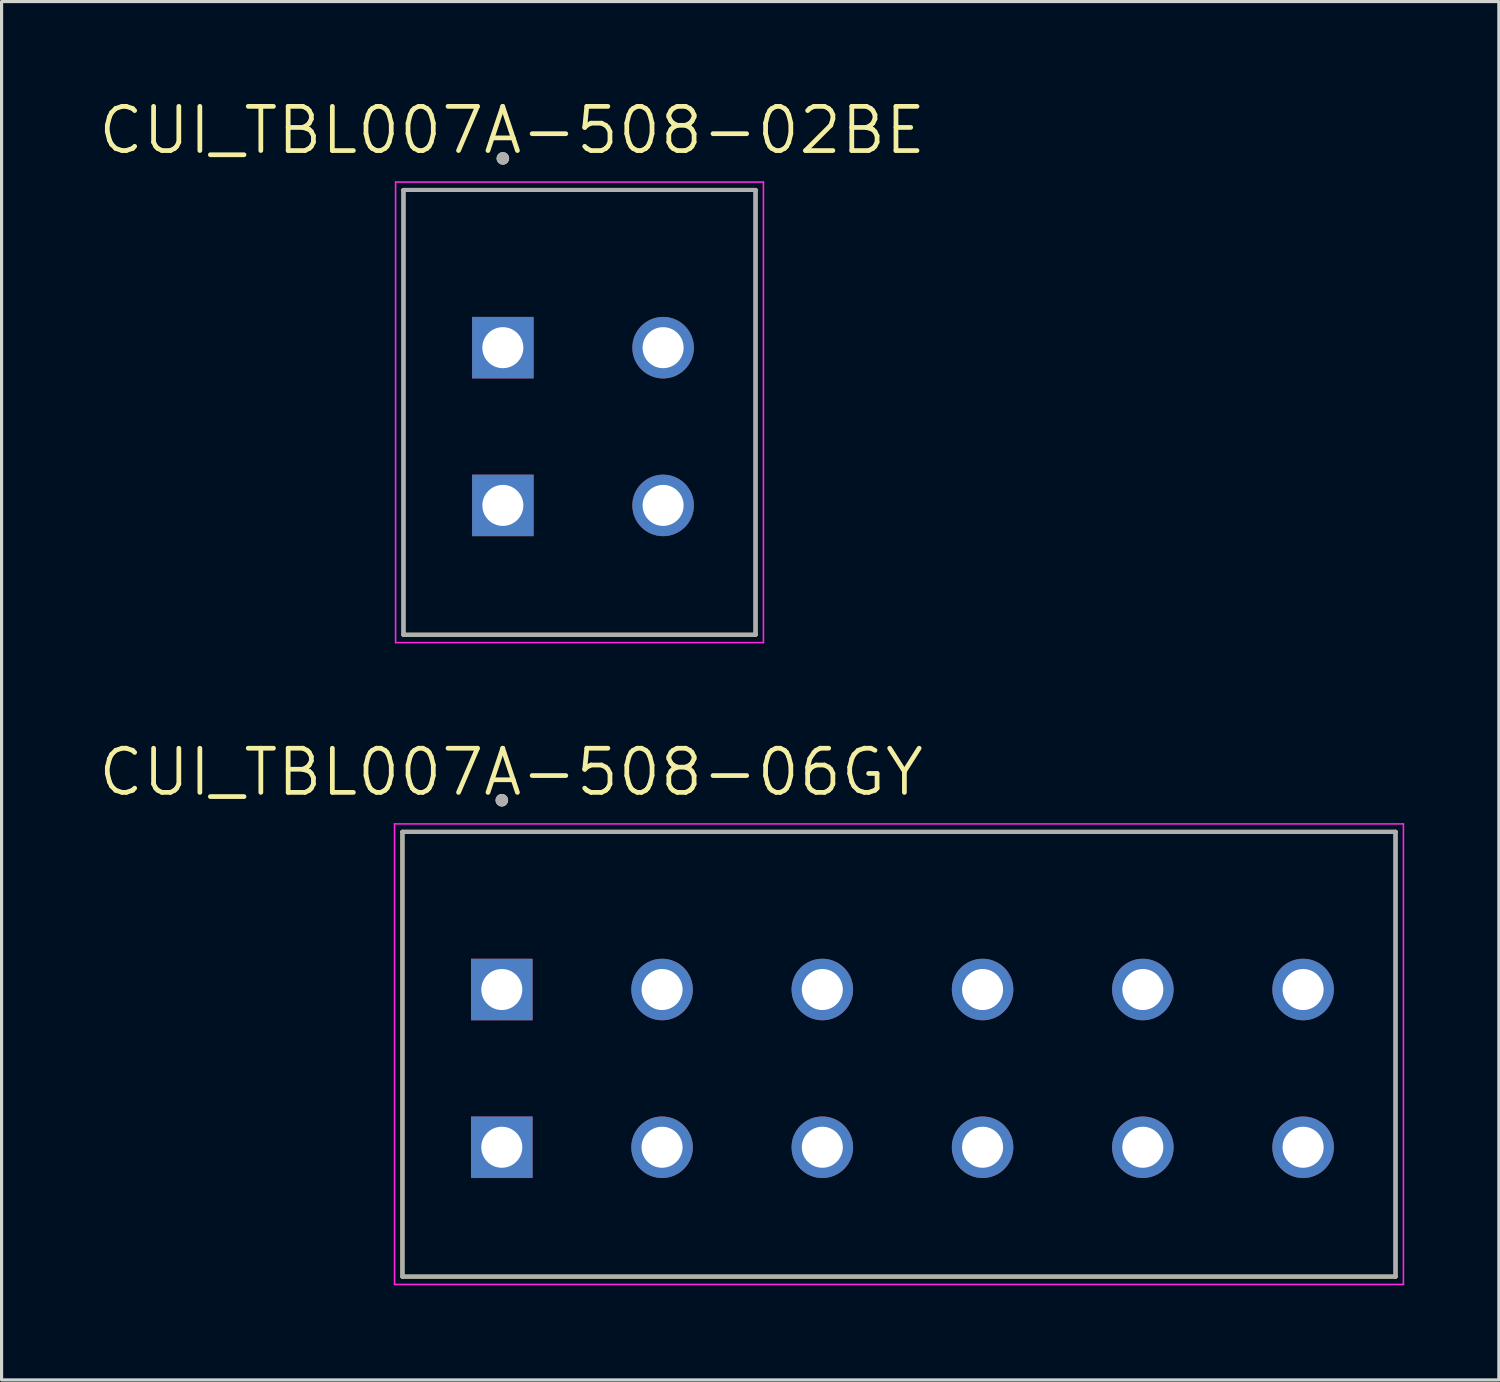
<source format=kicad_pcb>
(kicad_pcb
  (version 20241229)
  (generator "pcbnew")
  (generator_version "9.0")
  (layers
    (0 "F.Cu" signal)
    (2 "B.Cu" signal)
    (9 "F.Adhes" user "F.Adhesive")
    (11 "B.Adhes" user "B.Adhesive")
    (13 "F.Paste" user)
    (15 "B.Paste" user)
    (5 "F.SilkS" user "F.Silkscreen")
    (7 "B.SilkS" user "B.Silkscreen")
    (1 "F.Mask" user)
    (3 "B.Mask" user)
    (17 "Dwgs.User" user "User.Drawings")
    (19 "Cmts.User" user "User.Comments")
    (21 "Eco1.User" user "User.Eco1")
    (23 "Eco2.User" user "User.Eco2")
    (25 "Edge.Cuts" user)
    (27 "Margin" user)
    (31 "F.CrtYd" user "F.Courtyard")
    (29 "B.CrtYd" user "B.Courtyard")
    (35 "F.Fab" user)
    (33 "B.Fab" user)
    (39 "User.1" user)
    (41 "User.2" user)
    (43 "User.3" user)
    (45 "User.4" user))
  (footprint "CUI_TBL007A-508-06GY"
    (layer "F.Cu")
    (at 12.857 28.317)
    (property "Reference" "CUI_TBL007A-508-06GY" (at 0.295 -6.889 0) (layer "F.SilkS") (effects (font (size 1.4 1.4) (thickness 0.15))))
    (attr through_hole)
    (fp_line (start -3.15 -5) (end 28.33 -5) (stroke (width 0.127) (type solid)) (layer "F.SilkS"))
    (fp_line (start -3.15 9.1) (end -3.15 -5) (stroke (width 0.127) (type solid)) (layer "F.SilkS"))
    (fp_line (start 28.33 -5) (end 28.33 9.1) (stroke (width 0.127) (type solid)) (layer "F.SilkS"))
    (fp_line (start 28.33 9.1) (end -3.15 9.1) (stroke (width 0.127) (type solid)) (layer "F.SilkS"))
    (fp_circle (center 0 -6) (end 0.1 -6) (stroke (width 0.2) (type solid)) (fill no) (layer "F.SilkS"))
    (fp_line (start -3.4 -5.25) (end 28.58 -5.25) (stroke (width 0.05) (type solid)) (layer "F.CrtYd"))
    (fp_line (start -3.4 9.35) (end -3.4 -5.25) (stroke (width 0.05) (type solid)) (layer "F.CrtYd"))
    (fp_line (start 28.58 -5.25) (end 28.58 9.35) (stroke (width 0.05) (type solid)) (layer "F.CrtYd"))
    (fp_line (start 28.58 9.35) (end -3.4 9.35) (stroke (width 0.05) (type solid)) (layer "F.CrtYd"))
    (fp_line (start -3.15 -5) (end 28.33 -5) (stroke (width 0.127) (type solid)) (layer "F.Fab"))
    (fp_line (start -3.15 9.1) (end -3.15 -5) (stroke (width 0.127) (type solid)) (layer "F.Fab"))
    (fp_line (start 28.33 -5) (end 28.33 9.1) (stroke (width 0.127) (type solid)) (layer "F.Fab"))
    (fp_line (start 28.33 9.1) (end -3.15 9.1) (stroke (width 0.127) (type solid)) (layer "F.Fab"))
    (fp_circle (center 0 -6) (end 0.1 -6) (stroke (width 0.2) (type solid)) (fill no) (layer "F.Fab"))
    (pad "1_A" thru_hole rect (at 0 0) (size 1.95 1.95) (drill 1.3) (layers "*.Cu" "*.Mask"))
    (pad "1_B" thru_hole rect (at 0 5) (size 1.95 1.95) (drill 1.3) (layers "*.Cu" "*.Mask"))
    (pad "2_A" thru_hole circle (at 5.08 0) (size 1.95 1.95) (drill 1.3) (layers "*.Cu" "*.Mask"))
    (pad "2_B" thru_hole circle (at 5.08 5) (size 1.95 1.95) (drill 1.3) (layers "*.Cu" "*.Mask"))
    (pad "3_A" thru_hole circle (at 10.16 0) (size 1.95 1.95) (drill 1.3) (layers "*.Cu" "*.Mask"))
    (pad "3_B" thru_hole circle (at 10.16 5) (size 1.95 1.95) (drill 1.3) (layers "*.Cu" "*.Mask"))
    (pad "4_A" thru_hole circle (at 15.24 0) (size 1.95 1.95) (drill 1.3) (layers "*.Cu" "*.Mask"))
    (pad "4_B" thru_hole circle (at 15.24 5) (size 1.95 1.95) (drill 1.3) (layers "*.Cu" "*.Mask"))
    (pad "5_A" thru_hole circle (at 20.32 0) (size 1.95 1.95) (drill 1.3) (layers "*.Cu" "*.Mask"))
    (pad "5_B" thru_hole circle (at 20.32 5) (size 1.95 1.95) (drill 1.3) (layers "*.Cu" "*.Mask"))
    (pad "6_A" thru_hole circle (at 25.4 0) (size 1.95 1.95) (drill 1.3) (layers "*.Cu" "*.Mask"))
    (pad "6_B" thru_hole circle (at 25.4 5) (size 1.95 1.95) (drill 1.3) (layers "*.Cu" "*.Mask")))
  (footprint "CUI_TBL007A-508-02BE"
    (layer "F.Cu")
    (at 12.89 7.971)
    (property "Reference" "CUI_TBL007A-508-02BE" (at 0.295 -6.889 0) (layer "F.SilkS") (effects (font (size 1.4 1.4) (thickness 0.15))))
    (attr through_hole)
    (fp_line (start -3.15 -5) (end 8.01 -5) (stroke (width 0.127) (type solid)) (layer "F.SilkS"))
    (fp_line (start -3.15 9.1) (end -3.15 -5) (stroke (width 0.127) (type solid)) (layer "F.SilkS"))
    (fp_line (start 8.01 -5) (end 8.01 9.1) (stroke (width 0.127) (type solid)) (layer "F.SilkS"))
    (fp_line (start 8.01 9.1) (end -3.15 9.1) (stroke (width 0.127) (type solid)) (layer "F.SilkS"))
    (fp_circle (center 0 -6) (end 0.1 -6) (stroke (width 0.2) (type solid)) (fill no) (layer "F.SilkS"))
    (fp_line (start -3.4 -5.25) (end 8.26 -5.25) (stroke (width 0.05) (type solid)) (layer "F.CrtYd"))
    (fp_line (start -3.4 9.35) (end -3.4 -5.25) (stroke (width 0.05) (type solid)) (layer "F.CrtYd"))
    (fp_line (start 8.26 -5.25) (end 8.26 9.35) (stroke (width 0.05) (type solid)) (layer "F.CrtYd"))
    (fp_line (start 8.26 9.35) (end -3.4 9.35) (stroke (width 0.05) (type solid)) (layer "F.CrtYd"))
    (fp_line (start -3.15 -5) (end 8.01 -5) (stroke (width 0.127) (type solid)) (layer "F.Fab"))
    (fp_line (start -3.15 9.1) (end -3.15 -5) (stroke (width 0.127) (type solid)) (layer "F.Fab"))
    (fp_line (start 8.01 -5) (end 8.01 9.1) (stroke (width 0.127) (type solid)) (layer "F.Fab"))
    (fp_line (start 8.01 9.1) (end -3.15 9.1) (stroke (width 0.127) (type solid)) (layer "F.Fab"))
    (fp_circle (center 0 -6) (end 0.1 -6) (stroke (width 0.2) (type solid)) (fill no) (layer "F.Fab"))
    (pad "1_A" thru_hole rect (at 0 0) (size 1.95 1.95) (drill 1.3) (layers "*.Cu" "*.Mask"))
    (pad "1_B" thru_hole rect (at 0 5) (size 1.95 1.95) (drill 1.3) (layers "*.Cu" "*.Mask"))
    (pad "2_A" thru_hole circle (at 5.08 0) (size 1.95 1.95) (drill 1.3) (layers "*.Cu" "*.Mask"))
    (pad "2_B" thru_hole circle (at 5.08 5) (size 1.95 1.95) (drill 1.3) (layers "*.Cu" "*.Mask")))
  (gr_rect
    (start -3 -3)
    (end 44.462 40.693)
    (stroke (width 0.1) (type default))
    (fill no)
    (layer "Edge.Cuts")))
</source>
